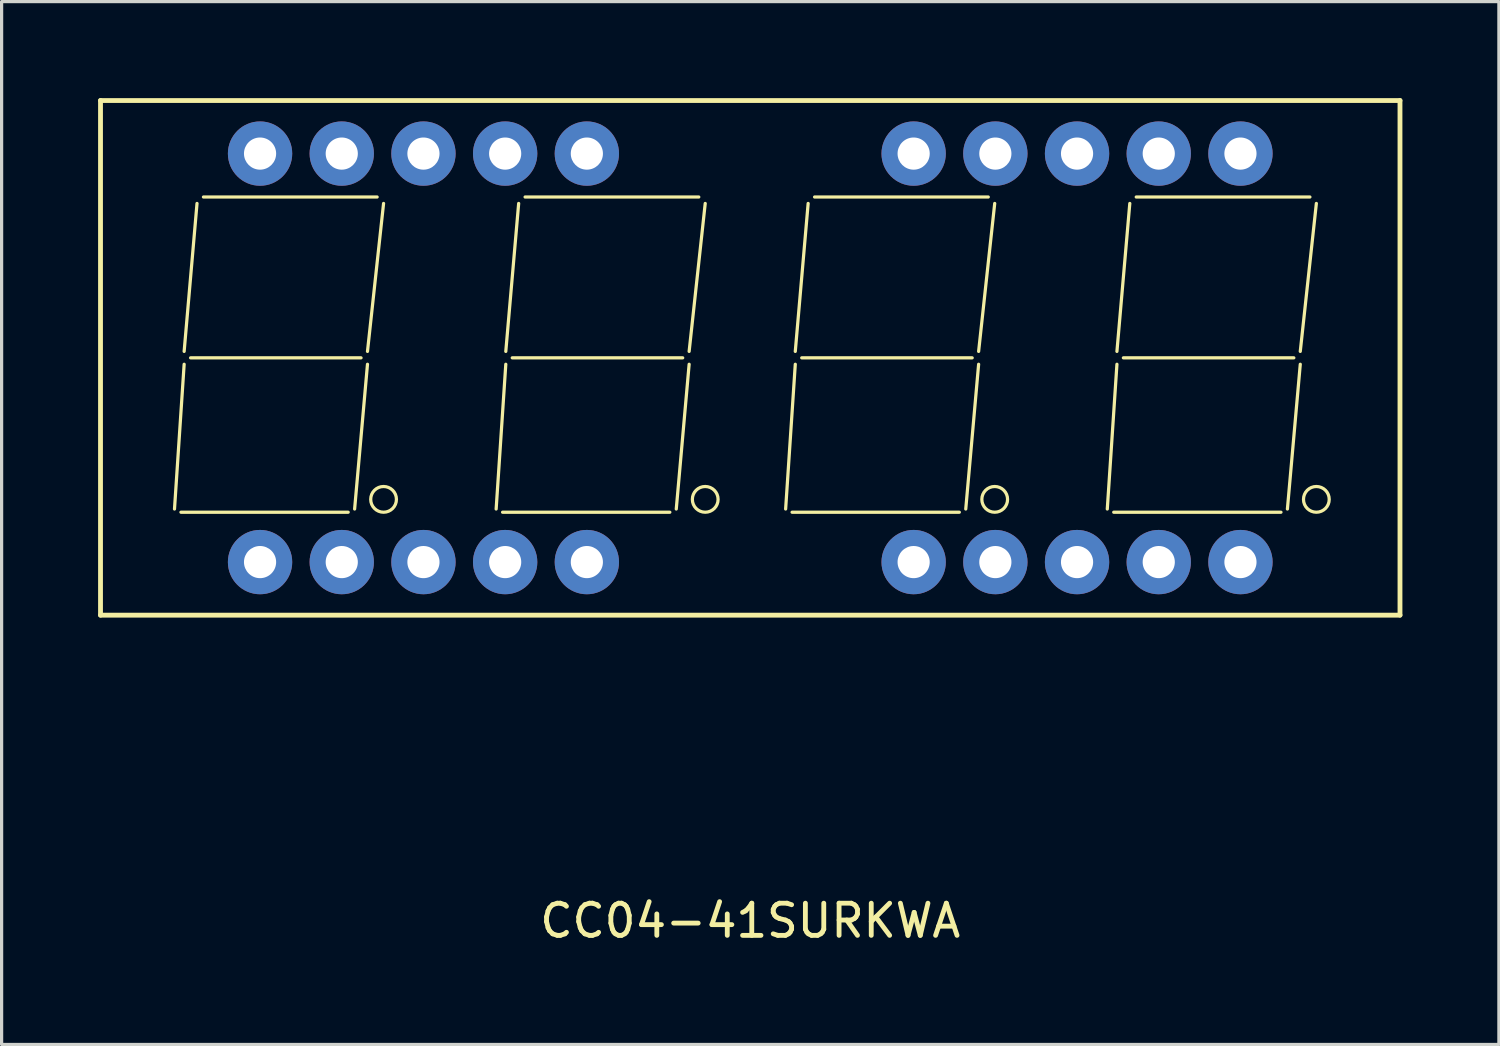
<source format=kicad_pcb>
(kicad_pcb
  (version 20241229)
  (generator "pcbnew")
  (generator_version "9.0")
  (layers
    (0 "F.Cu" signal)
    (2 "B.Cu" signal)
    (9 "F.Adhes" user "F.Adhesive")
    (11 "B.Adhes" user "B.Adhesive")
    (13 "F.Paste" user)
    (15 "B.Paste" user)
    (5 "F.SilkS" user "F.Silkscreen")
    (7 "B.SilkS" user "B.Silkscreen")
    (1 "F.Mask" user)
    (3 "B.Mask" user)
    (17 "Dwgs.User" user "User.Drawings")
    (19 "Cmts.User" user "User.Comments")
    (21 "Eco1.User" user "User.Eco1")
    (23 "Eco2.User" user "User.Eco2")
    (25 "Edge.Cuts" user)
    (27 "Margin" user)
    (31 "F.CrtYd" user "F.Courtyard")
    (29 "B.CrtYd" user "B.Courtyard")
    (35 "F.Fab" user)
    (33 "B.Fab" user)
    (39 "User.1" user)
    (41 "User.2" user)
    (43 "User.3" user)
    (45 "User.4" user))
  (footprint "CC04-41SURKWA"
    (layer "F.Cu")
    (at 20.275 8.075)
    (property "Reference" "CC04-41SURKWA" (at 0 17.5 0) (layer "F.SilkS") (effects (font (size 1 1) (thickness 0.15))))
    (attr through_hole)
    (fp_line (start -20.2 -8) (end 20.2 -8) (stroke (width 0.15) (type solid)) (layer "F.SilkS"))
    (fp_line (start -20.2 8) (end -20.2 -8) (stroke (width 0.15) (type solid)) (layer "F.SilkS"))
    (fp_line (start -17.7 4.8) (end -12.5 4.8) (stroke (width 0.1) (type solid)) (layer "F.SilkS"))
    (fp_line (start -17.6 0.2) (end -17.9 4.7) (stroke (width 0.1) (type solid)) (layer "F.SilkS"))
    (fp_line (start -17.4 0) (end -12.1 0) (stroke (width 0.1) (type solid)) (layer "F.SilkS"))
    (fp_line (start -17.2 -4.8) (end -17.6 -0.2) (stroke (width 0.1) (type solid)) (layer "F.SilkS"))
    (fp_line (start -17 -5) (end -11.6 -5) (stroke (width 0.1) (type solid)) (layer "F.SilkS"))
    (fp_line (start -11.9 0.2) (end -12.3 4.7) (stroke (width 0.1) (type solid)) (layer "F.SilkS"))
    (fp_line (start -11.4 -4.8) (end -11.9 -0.2) (stroke (width 0.1) (type solid)) (layer "F.SilkS"))
    (fp_line (start -7.7 4.8) (end -2.5 4.8) (stroke (width 0.1) (type solid)) (layer "F.SilkS"))
    (fp_line (start -7.6 0.2) (end -7.9 4.7) (stroke (width 0.1) (type solid)) (layer "F.SilkS"))
    (fp_line (start -7.4 0) (end -2.1 0) (stroke (width 0.1) (type solid)) (layer "F.SilkS"))
    (fp_line (start -7.2 -4.8) (end -7.6 -0.2) (stroke (width 0.1) (type solid)) (layer "F.SilkS"))
    (fp_line (start -7 -5) (end -1.6 -5) (stroke (width 0.1) (type solid)) (layer "F.SilkS"))
    (fp_line (start -1.9 0.2) (end -2.3 4.7) (stroke (width 0.1) (type solid)) (layer "F.SilkS"))
    (fp_line (start -1.4 -4.8) (end -1.9 -0.2) (stroke (width 0.1) (type solid)) (layer "F.SilkS"))
    (fp_line (start 1.3 4.8) (end 6.5 4.8) (stroke (width 0.1) (type solid)) (layer "F.SilkS"))
    (fp_line (start 1.4 0.2) (end 1.1 4.7) (stroke (width 0.1) (type solid)) (layer "F.SilkS"))
    (fp_line (start 1.6 0) (end 6.9 0) (stroke (width 0.1) (type solid)) (layer "F.SilkS"))
    (fp_line (start 1.8 -4.8) (end 1.4 -0.2) (stroke (width 0.1) (type solid)) (layer "F.SilkS"))
    (fp_line (start 2 -5) (end 7.4 -5) (stroke (width 0.1) (type solid)) (layer "F.SilkS"))
    (fp_line (start 7.1 0.2) (end 6.7 4.7) (stroke (width 0.1) (type solid)) (layer "F.SilkS"))
    (fp_line (start 7.6 -4.8) (end 7.1 -0.2) (stroke (width 0.1) (type solid)) (layer "F.SilkS"))
    (fp_line (start 11.3 4.8) (end 16.5 4.8) (stroke (width 0.1) (type solid)) (layer "F.SilkS"))
    (fp_line (start 11.4 0.2) (end 11.1 4.7) (stroke (width 0.1) (type solid)) (layer "F.SilkS"))
    (fp_line (start 11.6 0) (end 16.9 0) (stroke (width 0.1) (type solid)) (layer "F.SilkS"))
    (fp_line (start 11.8 -4.8) (end 11.4 -0.2) (stroke (width 0.1) (type solid)) (layer "F.SilkS"))
    (fp_line (start 12 -5) (end 17.4 -5) (stroke (width 0.1) (type solid)) (layer "F.SilkS"))
    (fp_line (start 17.1 0.2) (end 16.7 4.7) (stroke (width 0.1) (type solid)) (layer "F.SilkS"))
    (fp_line (start 17.6 -4.8) (end 17.1 -0.2) (stroke (width 0.1) (type solid)) (layer "F.SilkS"))
    (fp_line (start 20.2 -8) (end 20.2 8) (stroke (width 0.15) (type solid)) (layer "F.SilkS"))
    (fp_line (start 20.2 8) (end -20.2 8) (stroke (width 0.15) (type solid)) (layer "F.SilkS"))
    (fp_circle (center -11.4 4.4) (end -11.4 4.8) (stroke (width 0.1) (type solid)) (fill no) (layer "F.SilkS"))
    (fp_circle (center -1.4 4.4) (end -1.4 4.8) (stroke (width 0.1) (type solid)) (fill no) (layer "F.SilkS"))
    (fp_circle (center 7.6 4.4) (end 7.6 4.8) (stroke (width 0.1) (type solid)) (fill no) (layer "F.SilkS"))
    (fp_circle (center 17.6 4.4) (end 17.6 4.8) (stroke (width 0.1) (type solid)) (fill no) (layer "F.SilkS"))
    (pad "1" thru_hole circle (at -15.24 6.35) (size 2 2) (drill 1) (layers "*.Cu" "*.Mask"))
    (pad "2" thru_hole circle (at -12.7 6.35) (size 2 2) (drill 1) (layers "*.Cu" "*.Mask"))
    (pad "3" thru_hole circle (at -10.16 6.35) (size 2 2) (drill 1) (layers "*.Cu" "*.Mask"))
    (pad "4" thru_hole circle (at -7.62 6.35) (size 2 2) (drill 1) (layers "*.Cu" "*.Mask"))
    (pad "5" thru_hole circle (at -5.08 6.35) (size 2 2) (drill 1) (layers "*.Cu" "*.Mask"))
    (pad "6" thru_hole circle (at 5.08 6.35) (size 2 2) (drill 1) (layers "*.Cu" "*.Mask"))
    (pad "7" thru_hole circle (at 7.62 6.35) (size 2 2) (drill 1) (layers "*.Cu" "*.Mask"))
    (pad "8" thru_hole circle (at 10.16 6.35) (size 2 2) (drill 1) (layers "*.Cu" "*.Mask"))
    (pad "9" thru_hole circle (at 12.7 6.35) (size 2 2) (drill 1) (layers "*.Cu" "*.Mask"))
    (pad "10" thru_hole circle (at 15.24 6.35) (size 2 2) (drill 1) (layers "*.Cu" "*.Mask"))
    (pad "11" thru_hole circle (at 15.24 -6.35) (size 2 2) (drill 1) (layers "*.Cu" "*.Mask"))
    (pad "12" thru_hole circle (at 12.7 -6.35) (size 2 2) (drill 1) (layers "*.Cu" "*.Mask"))
    (pad "13" thru_hole circle (at 10.16 -6.35) (size 2 2) (drill 1) (layers "*.Cu" "*.Mask"))
    (pad "14" thru_hole circle (at 7.62 -6.35) (size 2 2) (drill 1) (layers "*.Cu" "*.Mask"))
    (pad "15" thru_hole circle (at 5.08 -6.35) (size 2 2) (drill 1) (layers "*.Cu" "*.Mask"))
    (pad "16" thru_hole circle (at -5.08 -6.35) (size 2 2) (drill 1) (layers "*.Cu" "*.Mask"))
    (pad "17" thru_hole circle (at -7.62 -6.35) (size 2 2) (drill 1) (layers "*.Cu" "*.Mask"))
    (pad "18" thru_hole circle (at -10.16 -6.35) (size 2 2) (drill 1) (layers "*.Cu" "*.Mask"))
    (pad "19" thru_hole circle (at -12.7 -6.35) (size 2 2) (drill 1) (layers "*.Cu" "*.Mask"))
    (pad "20" thru_hole circle (at -15.24 -6.35) (size 2 2) (drill 1) (layers "*.Cu" "*.Mask")))
  (gr_rect
    (start -3 -3)
    (end 43.55 29.423)
    (stroke (width 0.1) (type default))
    (fill no)
    (layer "Edge.Cuts")))
</source>
